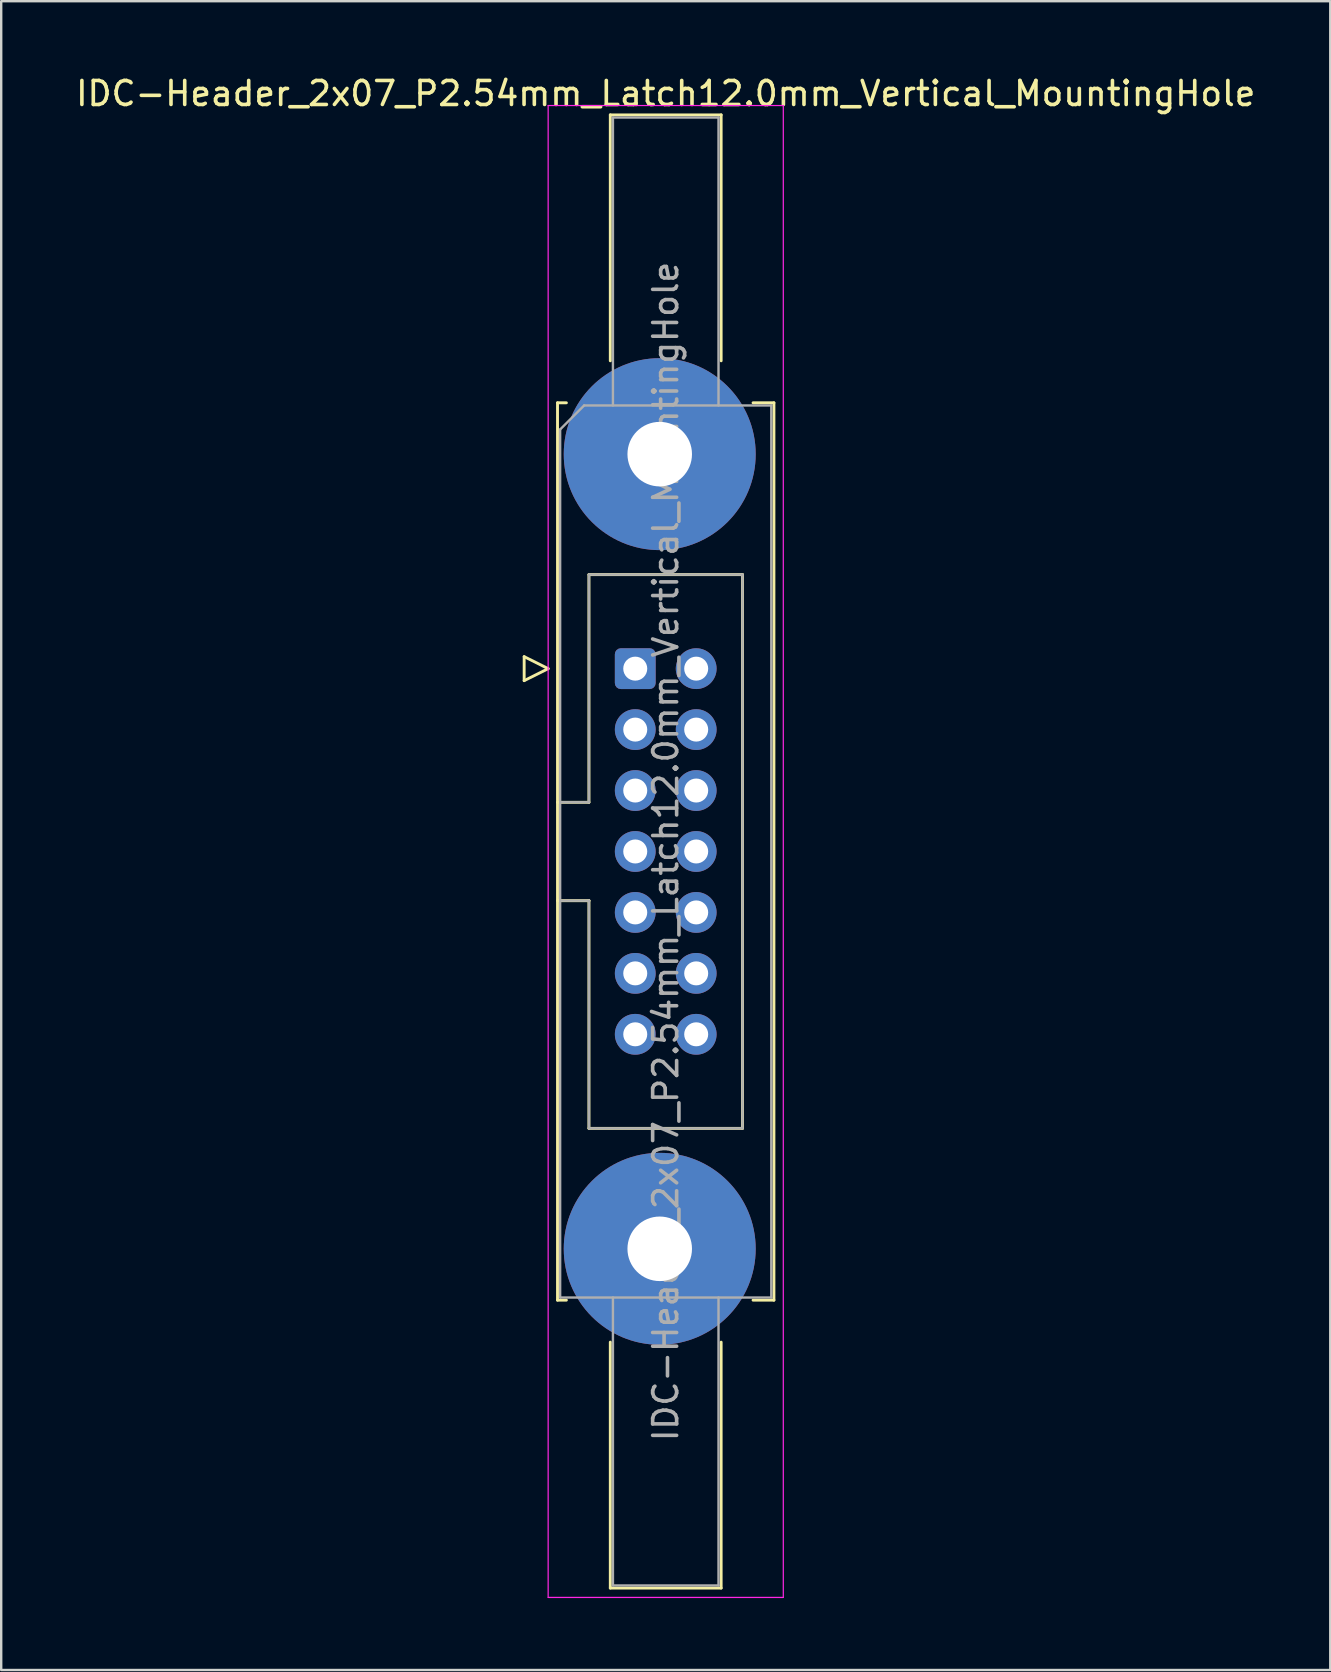
<source format=kicad_pcb>
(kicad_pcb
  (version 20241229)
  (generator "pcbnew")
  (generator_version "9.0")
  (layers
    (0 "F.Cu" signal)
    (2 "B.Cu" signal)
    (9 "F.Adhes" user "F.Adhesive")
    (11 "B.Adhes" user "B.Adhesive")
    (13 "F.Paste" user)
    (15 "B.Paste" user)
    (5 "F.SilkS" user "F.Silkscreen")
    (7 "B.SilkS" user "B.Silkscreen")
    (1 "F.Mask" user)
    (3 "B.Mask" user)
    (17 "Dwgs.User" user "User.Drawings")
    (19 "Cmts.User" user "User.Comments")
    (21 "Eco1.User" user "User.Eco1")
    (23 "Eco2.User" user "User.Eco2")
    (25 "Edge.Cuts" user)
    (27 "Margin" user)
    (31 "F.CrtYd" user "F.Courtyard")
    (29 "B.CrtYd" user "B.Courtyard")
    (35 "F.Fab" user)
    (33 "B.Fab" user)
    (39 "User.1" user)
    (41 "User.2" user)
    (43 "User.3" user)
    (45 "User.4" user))
  (footprint "IDC-Header_2x07_P2.54mm_Latch12.0mm_Vertical_MountingHole"
    (layer "F.Cu")
    (at 23.426 24.818)
    (property "Reference" "IDC-Header_2x07_P2.54mm_Latch12.0mm_Vertical_MountingHole" (at 1.27 -23.97 0) (layer "F.SilkS") (effects (font (size 1 1) (thickness 0.15))))
    (attr through_hole)
    (fp_line (start -4.63 -0.5) (end -4.63 0.5) (stroke (width 0.12) (type solid)) (layer "F.SilkS"))
    (fp_line (start -4.63 0.5) (end -3.63 0) (stroke (width 0.12) (type solid)) (layer "F.SilkS"))
    (fp_line (start -3.63 0) (end -4.63 -0.5) (stroke (width 0.12) (type solid)) (layer "F.SilkS"))
    (fp_line (start -3.24 -11.08) (end -3.24 26.32) (stroke (width 0.12) (type solid)) (layer "F.SilkS"))
    (fp_line (start -3.24 5.57) (end -1.93 5.57) (stroke (width 0.12) (type solid)) (layer "F.SilkS"))
    (fp_line (start -3.24 26.32) (end -2.87 26.32) (stroke (width 0.12) (type solid)) (layer "F.SilkS"))
    (fp_line (start -2.87 -11.08) (end -3.24 -11.08) (stroke (width 0.12) (type solid)) (layer "F.SilkS"))
    (fp_line (start -1.93 -3.92) (end 4.47 -3.92) (stroke (width 0.12) (type solid)) (layer "F.SilkS"))
    (fp_line (start -1.93 5.57) (end -1.93 -3.92) (stroke (width 0.12) (type solid)) (layer "F.SilkS"))
    (fp_line (start -1.93 9.67) (end -3.24 9.67) (stroke (width 0.12) (type solid)) (layer "F.SilkS"))
    (fp_line (start -1.93 9.67) (end -1.93 9.67) (stroke (width 0.12) (type solid)) (layer "F.SilkS"))
    (fp_line (start -1.93 19.16) (end -1.93 9.67) (stroke (width 0.12) (type solid)) (layer "F.SilkS"))
    (fp_line (start -1.04 -23.08) (end 3.58 -23.08) (stroke (width 0.12) (type solid)) (layer "F.SilkS"))
    (fp_line (start -1.04 -12.83) (end -1.04 -23.08) (stroke (width 0.12) (type solid)) (layer "F.SilkS"))
    (fp_line (start -1.04 28.07) (end -1.04 38.32) (stroke (width 0.12) (type solid)) (layer "F.SilkS"))
    (fp_line (start -1.04 38.32) (end 3.58 38.32) (stroke (width 0.12) (type solid)) (layer "F.SilkS"))
    (fp_line (start 3.58 -23.08) (end 3.58 -12.83) (stroke (width 0.12) (type solid)) (layer "F.SilkS"))
    (fp_line (start 3.58 38.32) (end 3.58 28.07) (stroke (width 0.12) (type solid)) (layer "F.SilkS"))
    (fp_line (start 4.47 -3.92) (end 4.47 19.16) (stroke (width 0.12) (type solid)) (layer "F.SilkS"))
    (fp_line (start 4.47 19.16) (end -1.93 19.16) (stroke (width 0.12) (type solid)) (layer "F.SilkS"))
    (fp_line (start 4.91 -11.08) (end 5.78 -11.08) (stroke (width 0.12) (type solid)) (layer "F.SilkS"))
    (fp_line (start 5.78 -11.08) (end 5.78 26.32) (stroke (width 0.12) (type solid)) (layer "F.SilkS"))
    (fp_line (start 5.78 26.32) (end 4.91 26.32) (stroke (width 0.12) (type solid)) (layer "F.SilkS"))
    (fp_line (start -3.63 -23.47) (end -3.63 38.71) (stroke (width 0.05) (type solid)) (layer "F.CrtYd"))
    (fp_line (start -3.63 38.71) (end 6.17 38.71) (stroke (width 0.05) (type solid)) (layer "F.CrtYd"))
    (fp_line (start 6.17 -23.47) (end -3.63 -23.47) (stroke (width 0.05) (type solid)) (layer "F.CrtYd"))
    (fp_line (start 6.17 38.71) (end 6.17 -23.47) (stroke (width 0.05) (type solid)) (layer "F.CrtYd"))
    (fp_line (start -3.13 -9.97) (end -2.13 -10.97) (stroke (width 0.1) (type solid)) (layer "F.Fab"))
    (fp_line (start -3.13 5.57) (end -1.93 5.57) (stroke (width 0.1) (type solid)) (layer "F.Fab"))
    (fp_line (start -3.13 26.21) (end -3.13 -9.97) (stroke (width 0.1) (type solid)) (layer "F.Fab"))
    (fp_line (start -2.13 -10.97) (end 5.67 -10.97) (stroke (width 0.1) (type solid)) (layer "F.Fab"))
    (fp_line (start -1.93 -3.92) (end 4.47 -3.92) (stroke (width 0.1) (type solid)) (layer "F.Fab"))
    (fp_line (start -1.93 5.57) (end -1.93 -3.92) (stroke (width 0.1) (type solid)) (layer "F.Fab"))
    (fp_line (start -1.93 9.67) (end -3.13 9.67) (stroke (width 0.1) (type solid)) (layer "F.Fab"))
    (fp_line (start -1.93 9.67) (end -1.93 9.67) (stroke (width 0.1) (type solid)) (layer "F.Fab"))
    (fp_line (start -1.93 19.16) (end -1.93 9.67) (stroke (width 0.1) (type solid)) (layer "F.Fab"))
    (fp_line (start -0.93 -22.97) (end 3.47 -22.97) (stroke (width 0.1) (type solid)) (layer "F.Fab"))
    (fp_line (start -0.93 -10.97) (end -0.93 -22.97) (stroke (width 0.1) (type solid)) (layer "F.Fab"))
    (fp_line (start -0.93 26.21) (end -0.93 38.21) (stroke (width 0.1) (type solid)) (layer "F.Fab"))
    (fp_line (start -0.93 38.21) (end 3.47 38.21) (stroke (width 0.1) (type solid)) (layer "F.Fab"))
    (fp_line (start 3.47 -22.97) (end 3.47 -10.97) (stroke (width 0.1) (type solid)) (layer "F.Fab"))
    (fp_line (start 3.47 38.21) (end 3.47 26.21) (stroke (width 0.1) (type solid)) (layer "F.Fab"))
    (fp_line (start 4.47 -3.92) (end 4.47 19.16) (stroke (width 0.1) (type solid)) (layer "F.Fab"))
    (fp_line (start 4.47 19.16) (end -1.93 19.16) (stroke (width 0.1) (type solid)) (layer "F.Fab"))
    (fp_line (start 5.67 -10.97) (end 5.67 26.21) (stroke (width 0.1) (type solid)) (layer "F.Fab"))
    (fp_line (start 5.67 26.21) (end -3.13 26.21) (stroke (width 0.1) (type solid)) (layer "F.Fab"))
    (fp_text user "${REFERENCE}" (at 1.27 7.62 90) (layer "F.Fab") (effects (font (size 1 1) (thickness 0.15))))
    (pad "" thru_hole circle (at 1.02 -8.94) (size 8 8) (drill 2.69) (layers "*.Cu" "*.Mask"))
    (pad "" thru_hole circle (at 1.02 24.18) (size 8 8) (drill 2.69) (layers "*.Cu" "*.Mask"))
    (pad "1" thru_hole roundrect (at 0 0) (size 1.7 1.7) (drill 1) (layers "*.Cu" "*.Mask") (roundrect_rratio 0.147))
    (pad "2" thru_hole circle (at 2.54 0) (size 1.7 1.7) (drill 1) (layers "*.Cu" "*.Mask"))
    (pad "3" thru_hole circle (at 0 2.54) (size 1.7 1.7) (drill 1) (layers "*.Cu" "*.Mask"))
    (pad "4" thru_hole circle (at 2.54 2.54) (size 1.7 1.7) (drill 1) (layers "*.Cu" "*.Mask"))
    (pad "5" thru_hole circle (at 0 5.08) (size 1.7 1.7) (drill 1) (layers "*.Cu" "*.Mask"))
    (pad "6" thru_hole circle (at 2.54 5.08) (size 1.7 1.7) (drill 1) (layers "*.Cu" "*.Mask"))
    (pad "7" thru_hole circle (at 0 7.62) (size 1.7 1.7) (drill 1) (layers "*.Cu" "*.Mask"))
    (pad "8" thru_hole circle (at 2.54 7.62) (size 1.7 1.7) (drill 1) (layers "*.Cu" "*.Mask"))
    (pad "9" thru_hole circle (at 0 10.16) (size 1.7 1.7) (drill 1) (layers "*.Cu" "*.Mask"))
    (pad "10" thru_hole circle (at 2.54 10.16) (size 1.7 1.7) (drill 1) (layers "*.Cu" "*.Mask"))
    (pad "11" thru_hole circle (at 0 12.7) (size 1.7 1.7) (drill 1) (layers "*.Cu" "*.Mask"))
    (pad "12" thru_hole circle (at 2.54 12.7) (size 1.7 1.7) (drill 1) (layers "*.Cu" "*.Mask"))
    (pad "13" thru_hole circle (at 0 15.24) (size 1.7 1.7) (drill 1) (layers "*.Cu" "*.Mask"))
    (pad "14" thru_hole circle (at 2.54 15.24) (size 1.7 1.7) (drill 1) (layers "*.Cu" "*.Mask")))
  (gr_rect
    (start -3 -3)
    (end 52.393 66.553)
    (stroke (width 0.1) (type default))
    (fill no)
    (layer "Edge.Cuts")))
</source>
